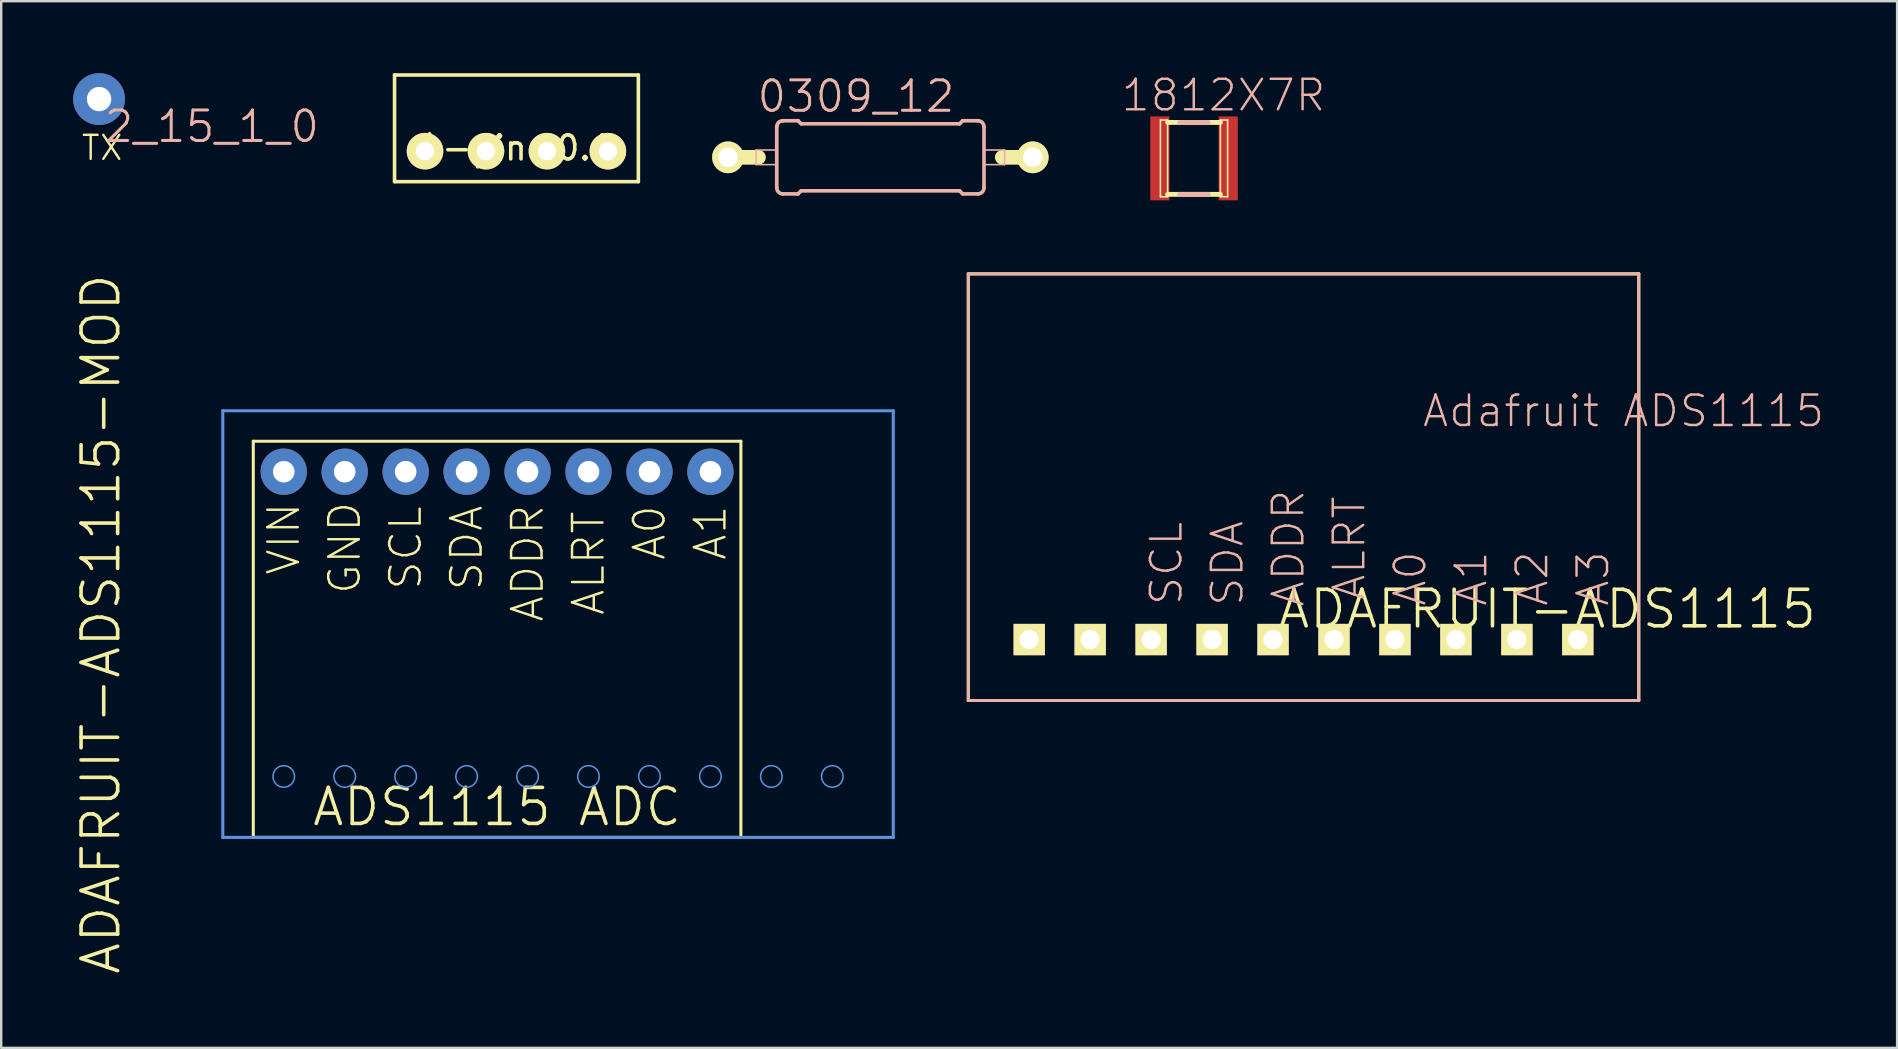
<source format=kicad_pcb>
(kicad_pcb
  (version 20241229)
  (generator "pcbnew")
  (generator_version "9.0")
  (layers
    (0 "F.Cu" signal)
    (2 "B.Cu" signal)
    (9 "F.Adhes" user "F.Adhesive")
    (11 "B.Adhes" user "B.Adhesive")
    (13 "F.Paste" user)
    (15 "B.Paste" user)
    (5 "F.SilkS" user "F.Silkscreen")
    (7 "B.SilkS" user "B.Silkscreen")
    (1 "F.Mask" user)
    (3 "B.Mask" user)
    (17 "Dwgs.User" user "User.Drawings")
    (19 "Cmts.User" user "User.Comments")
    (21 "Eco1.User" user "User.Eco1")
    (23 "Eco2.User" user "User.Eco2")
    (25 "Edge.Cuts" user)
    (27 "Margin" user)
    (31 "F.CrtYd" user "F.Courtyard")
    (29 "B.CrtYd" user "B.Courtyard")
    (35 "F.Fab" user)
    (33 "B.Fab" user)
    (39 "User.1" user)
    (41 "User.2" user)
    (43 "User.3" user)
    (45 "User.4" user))
  (footprint "2_15_1_0"
    (layer "F.Cu")
    (at 1.079 1.079)
    (property "Reference" "2_15_1_0" (at 4.699 1.143 0) (layer "B.SilkS") (effects (font (size 1.27 1.27) (thickness 0.127))))
    (attr exclude_from_pos_files exclude_from_bom)
    (fp_text user "TX" (at 0.127 2.032 180) (layer "F.SilkS") (effects (font (size 1 1) (thickness 0.1))))
    (pad "1" thru_hole circle (at 0 0) (size 2.159 2.159) (drill 1.016) (layers "*.Cu" "*.Mask")))
  (footprint "0309_12"
    (layer "F.Cu")
    (at 33.638 3.506)
    (property "Reference" "0309_12" (at -1.016 -2.54 0) (layer "B.SilkS") (effects (font (size 1.27 1.27) (thickness 0.127))))
    (attr exclude_from_pos_files exclude_from_bom)
    (fp_line (start -6.35 0) (end -5.08 0) (stroke (width 0.61) (type solid)) (layer "F.SilkS"))
    (fp_line (start 6.35 0) (end 5.08 0) (stroke (width 0.61) (type solid)) (layer "F.SilkS"))
    (fp_line (start -5.179 -0.305) (end -4.318 -0.305) (stroke (width 0.066) (type solid)) (layer "B.SilkS"))
    (fp_line (start -5.179 0.305) (end -5.179 -0.305) (stroke (width 0.066) (type solid)) (layer "B.SilkS"))
    (fp_line (start -5.179 0.305) (end -4.318 0.305) (stroke (width 0.066) (type solid)) (layer "B.SilkS"))
    (fp_line (start -4.318 0.305) (end -4.318 -0.305) (stroke (width 0.066) (type solid)) (layer "B.SilkS"))
    (fp_line (start -4.318 1.27) (end -4.318 -1.27) (stroke (width 0.152) (type solid)) (layer "B.SilkS"))
    (fp_line (start -4.064 -1.524) (end -3.429 -1.524) (stroke (width 0.152) (type solid)) (layer "B.SilkS"))
    (fp_line (start -4.064 1.524) (end -3.429 1.524) (stroke (width 0.152) (type solid)) (layer "B.SilkS"))
    (fp_line (start -3.302 -1.397) (end -3.429 -1.524) (stroke (width 0.152) (type solid)) (layer "B.SilkS"))
    (fp_line (start -3.302 1.397) (end -3.429 1.524) (stroke (width 0.152) (type solid)) (layer "B.SilkS"))
    (fp_line (start 3.302 -1.397) (end -3.302 -1.397) (stroke (width 0.152) (type solid)) (layer "B.SilkS"))
    (fp_line (start 3.302 -1.397) (end 3.429 -1.524) (stroke (width 0.152) (type solid)) (layer "B.SilkS"))
    (fp_line (start 3.302 1.397) (end -3.302 1.397) (stroke (width 0.152) (type solid)) (layer "B.SilkS"))
    (fp_line (start 3.302 1.397) (end 3.429 1.524) (stroke (width 0.152) (type solid)) (layer "B.SilkS"))
    (fp_line (start 4.064 -1.524) (end 3.429 -1.524) (stroke (width 0.152) (type solid)) (layer "B.SilkS"))
    (fp_line (start 4.064 1.524) (end 3.429 1.524) (stroke (width 0.152) (type solid)) (layer "B.SilkS"))
    (fp_line (start 4.318 -0.305) (end 5.179 -0.305) (stroke (width 0.066) (type solid)) (layer "B.SilkS"))
    (fp_line (start 4.318 0.305) (end 4.318 -0.305) (stroke (width 0.066) (type solid)) (layer "B.SilkS"))
    (fp_line (start 4.318 0.305) (end 5.179 0.305) (stroke (width 0.066) (type solid)) (layer "B.SilkS"))
    (fp_line (start 4.318 1.27) (end 4.318 -1.27) (stroke (width 0.152) (type solid)) (layer "B.SilkS"))
    (fp_line (start 5.179 0.305) (end 5.179 -0.305) (stroke (width 0.066) (type solid)) (layer "B.SilkS"))
    (fp_arc (start -4.318 -1.27) (mid -4.243605 -1.449605) (end -4.064 -1.524) (stroke (width 0.1524) (type solid)) (layer "B.SilkS"))
    (fp_arc (start -4.064 1.524) (mid -4.243605 1.449605) (end -4.318 1.27) (stroke (width 0.1524) (type solid)) (layer "B.SilkS"))
    (fp_arc (start 4.064 -1.524) (mid 4.243605 -1.449605) (end 4.318 -1.27) (stroke (width 0.1524) (type solid)) (layer "B.SilkS"))
    (fp_arc (start 4.318 1.27) (mid 4.243605 1.449605) (end 4.064 1.524) (stroke (width 0.1524) (type solid)) (layer "B.SilkS"))
    (pad "1" thru_hole circle (at -6.35 0) (size 1.321 1.321) (drill 0.813) (layers "*.Cu" "F.Mask" "F.SilkS" "F.Paste"))
    (pad "2" thru_hole circle (at 6.35 0) (size 1.321 1.321) (drill 0.813) (layers "*.Cu" "F.Mask" "F.SilkS" "F.Paste")))
  (footprint "1812X7R"
    (layer "F.Cu")
    (at 46.708 3.55)
    (property "Reference" "1812X7R" (at 1.229 -2.629 0) (layer "B.SilkS") (effects (font (size 1.27 1.27) (thickness 0.102))))
    (attr smd)
    (fp_line (start -1.4 -1.598) (end -1.1 -1.598) (stroke (width 0.066) (type solid)) (layer "F.SilkS"))
    (fp_line (start -1.4 1.598) (end -1.4 -1.598) (stroke (width 0.066) (type solid)) (layer "F.SilkS"))
    (fp_line (start -1.4 1.598) (end -1.1 1.598) (stroke (width 0.066) (type solid)) (layer "F.SilkS"))
    (fp_line (start -1.1 -1.499) (end 1.1 -1.499) (stroke (width 0.203) (type solid)) (layer "F.SilkS"))
    (fp_line (start -1.1 1.598) (end -1.1 -1.598) (stroke (width 0.066) (type solid)) (layer "F.SilkS"))
    (fp_line (start 1.1 -1.598) (end 1.4 -1.598) (stroke (width 0.066) (type solid)) (layer "F.SilkS"))
    (fp_line (start 1.1 1.499) (end -1.1 1.499) (stroke (width 0.203) (type solid)) (layer "F.SilkS"))
    (fp_line (start 1.1 1.598) (end 1.1 -1.598) (stroke (width 0.066) (type solid)) (layer "F.SilkS"))
    (fp_line (start 1.1 1.598) (end 1.4 1.598) (stroke (width 0.066) (type solid)) (layer "F.SilkS"))
    (fp_line (start 1.4 1.598) (end 1.4 -1.598) (stroke (width 0.066) (type solid)) (layer "F.SilkS"))
    (fp_line (start -0.599 -1.499) (end 0.599 -1.499) (stroke (width 0.203) (type solid)) (layer "B.SilkS"))
    (fp_line (start 0.599 1.499) (end -0.599 1.499) (stroke (width 0.203) (type solid)) (layer "B.SilkS"))
    (pad "1" smd rect (at -1.425 0) (size 0.798 3.498) (layers "F.Cu" "F.Mask" "F.Paste"))
    (pad "2" smd rect (at 1.425 0 180) (size 0.798 3.498) (layers "F.Cu" "F.Mask" "F.Paste")))
  (footprint "ADAFRUIT-ADS1115-MOD"
    (layer "F.Cu")
    (at 17.665 22.958)
    (property "Reference" "ADAFRUIT-ADS1115-MOD" (at -16.51 0 90) (layer "F.SilkS") (effects (font (size 1.524 1.524) (thickness 0.15))))
    (attr exclude_from_pos_files exclude_from_bom)
    (fp_line (start -10.16 -7.62) (end 10.16 -7.62) (stroke (width 0.127) (type solid)) (layer "F.SilkS"))
    (fp_line (start -10.16 8.89) (end -10.16 -7.62) (stroke (width 0.127) (type solid)) (layer "F.SilkS"))
    (fp_line (start 10.16 -7.62) (end 10.16 8.89) (stroke (width 0.127) (type solid)) (layer "F.SilkS"))
    (fp_line (start 10.16 8.89) (end -10.16 8.89) (stroke (width 0.127) (type solid)) (layer "F.SilkS"))
    (fp_line (start -11.43 -8.89) (end 16.51 -8.89) (stroke (width 0.127) (type solid)) (layer "Cmts.User"))
    (fp_line (start -11.43 8.89) (end -11.43 -8.89) (stroke (width 0.127) (type solid)) (layer "Cmts.User"))
    (fp_line (start 16.51 -8.89) (end 16.51 8.89) (stroke (width 0.127) (type solid)) (layer "Cmts.User"))
    (fp_line (start 16.51 8.89) (end -11.43 8.89) (stroke (width 0.127) (type solid)) (layer "Cmts.User"))
    (fp_circle (center -8.89 6.35) (end -9.207 6.668) (stroke (width 0.064) (type solid)) (fill no) (layer "Cmts.User"))
    (fp_circle (center -6.35 6.35) (end -6.668 6.668) (stroke (width 0.064) (type solid)) (fill no) (layer "Cmts.User"))
    (fp_circle (center -3.81 6.35) (end -4.128 6.668) (stroke (width 0.064) (type solid)) (fill no) (layer "Cmts.User"))
    (fp_circle (center -1.27 6.35) (end -1.587 6.668) (stroke (width 0.064) (type solid)) (fill no) (layer "Cmts.User"))
    (fp_circle (center 1.27 6.35) (end 1.587 6.668) (stroke (width 0.064) (type solid)) (fill no) (layer "Cmts.User"))
    (fp_circle (center 3.81 6.35) (end 4.128 6.668) (stroke (width 0.064) (type solid)) (fill no) (layer "Cmts.User"))
    (fp_circle (center 6.35 6.35) (end 6.668 6.668) (stroke (width 0.064) (type solid)) (fill no) (layer "Cmts.User"))
    (fp_circle (center 8.89 6.35) (end 9.207 6.668) (stroke (width 0.064) (type solid)) (fill no) (layer "Cmts.User"))
    (fp_circle (center 11.43 6.35) (end 11.748 6.668) (stroke (width 0.064) (type solid)) (fill no) (layer "Cmts.User"))
    (fp_circle (center 13.97 6.35) (end 14.287 6.668) (stroke (width 0.064) (type solid)) (fill no) (layer "Cmts.User"))
    (fp_text user "ADDR" (at 1.27 -2.54 90) (layer "F.SilkS") (effects (font (size 1.27 1.27) (thickness 0.102))))
    (fp_text user "A1" (at 8.89 -3.81 90) (layer "F.SilkS") (effects (font (size 1.27 1.27) (thickness 0.102))))
    (fp_text user "VIN" (at -8.89 -3.556 90) (layer "F.SilkS") (effects (font (size 1.27 1.27) (thickness 0.102))))
    (fp_text user "GND" (at -6.35 -3.175 90) (layer "F.SilkS") (effects (font (size 1.27 1.27) (thickness 0.102))))
    (fp_text user "SDA" (at -1.27 -3.175 90) (layer "F.SilkS") (effects (font (size 1.27 1.27) (thickness 0.102))))
    (fp_text user "ADS1115 ADC" (at 0 7.62 0) (layer "F.SilkS") (effects (font (size 1.5 1.5) (thickness 0.15))))
    (fp_text user "SCL" (at -3.81 -3.175 90) (layer "F.SilkS") (effects (font (size 1.27 1.27) (thickness 0.102))))
    (fp_text user "A0" (at 6.35 -3.81 90) (layer "F.SilkS") (effects (font (size 1.27 1.27) (thickness 0.102))))
    (fp_text user "ALRT" (at 3.81 -2.54 90) (layer "F.SilkS") (effects (font (size 1.27 1.27) (thickness 0.102))))
    (pad "P$A0" thru_hole circle (at 6.35 -6.35) (size 1.93 1.93) (drill 0.9) (layers "*.Cu" "*.Mask"))
    (pad "P$A1" thru_hole circle (at 8.89 -6.35) (size 1.93 1.93) (drill 0.9) (layers "*.Cu" "*.Mask"))
    (pad "P$AD" thru_hole circle (at 1.27 -6.35) (size 1.93 1.93) (drill 0.9) (layers "*.Cu" "*.Mask"))
    (pad "P$AL" thru_hole circle (at 3.81 -6.35) (size 1.93 1.93) (drill 0.9) (layers "*.Cu" "*.Mask"))
    (pad "P$GN" thru_hole circle (at -6.35 -6.35) (size 1.93 1.93) (drill 0.9) (layers "*.Cu" "*.Mask"))
    (pad "P$SC" thru_hole circle (at -3.81 -6.35) (size 1.93 1.93) (drill 0.9) (layers "*.Cu" "*.Mask"))
    (pad "P$SD" thru_hole circle (at -1.27 -6.35) (size 1.93 1.93) (drill 0.9) (layers "*.Cu" "*.Mask"))
    (pad "P$VD" thru_hole circle (at -8.89 -6.35) (size 1.93 1.93) (drill 0.9) (layers "*.Cu" "*.Mask")))
  (footprint "ADAFRUIT-ADS1115"
    (layer "F.Cu")
    (at 61.432 22.332)
    (property "Reference" "ADAFRUIT-ADS1115" (at 0 0 0) (layer "F.SilkS") (effects (font (size 1.524 1.524) (thickness 0.15))))
    (attr exclude_from_pos_files exclude_from_bom)
    (fp_line (start -24.13 -13.97) (end 3.81 -13.97) (stroke (width 0.127) (type solid)) (layer "F.SilkS"))
    (fp_line (start -24.13 3.81) (end -24.13 -13.97) (stroke (width 0.127) (type solid)) (layer "F.SilkS"))
    (fp_line (start 3.81 -13.97) (end 3.81 3.81) (stroke (width 0.127) (type solid)) (layer "F.SilkS"))
    (fp_line (start 3.81 3.81) (end -24.13 3.81) (stroke (width 0.127) (type solid)) (layer "F.SilkS"))
    (fp_line (start -24.13 -13.97) (end 3.81 -13.97) (stroke (width 0.127) (type solid)) (layer "B.SilkS"))
    (fp_line (start -24.13 3.81) (end -24.13 -13.97) (stroke (width 0.127) (type solid)) (layer "B.SilkS"))
    (fp_line (start 3.81 -13.97) (end 3.81 3.81) (stroke (width 0.127) (type solid)) (layer "B.SilkS"))
    (fp_line (start 3.81 3.81) (end -24.13 3.81) (stroke (width 0.127) (type solid)) (layer "B.SilkS"))
    (fp_text user "A0" (at -5.715 -1.27 90) (layer "B.SilkS") (effects (font (size 1.27 1.27) (thickness 0.102))))
    (fp_text user "SDA" (at -13.335 -1.905 90) (layer "B.SilkS") (effects (font (size 1.27 1.27) (thickness 0.102))))
    (fp_text user "A3" (at 1.905 -1.27 90) (layer "B.SilkS") (effects (font (size 1.27 1.27) (thickness 0.102))))
    (fp_text user "A1" (at -3.175 -1.27 90) (layer "B.SilkS") (effects (font (size 1.27 1.27) (thickness 0.102))))
    (fp_text user "ALRT" (at -8.255 -2.54 90) (layer "B.SilkS") (effects (font (size 1.27 1.27) (thickness 0.102))))
    (fp_text user "A2" (at -0.635 -1.27 90) (layer "B.SilkS") (effects (font (size 1.27 1.27) (thickness 0.102))))
    (fp_text user "Adafruit ADS1115\n" (at 3.175 -8.255 0) (layer "B.SilkS") (effects (font (size 1.27 1.27) (thickness 0.102))))
    (fp_text user "SCL" (at -15.875 -1.905 90) (layer "B.SilkS") (effects (font (size 1.27 1.27) (thickness 0.102))))
    (fp_text user "ADDR" (at -10.795 -2.54 90) (layer "B.SilkS") (effects (font (size 1.27 1.27) (thickness 0.102))))
    (pad "A0" thru_hole rect (at -6.35 1.27) (size 1.306 1.306) (drill 0.798) (layers "*.Cu" "F.Mask" "F.SilkS" "F.Paste"))
    (pad "A1" thru_hole rect (at -3.81 1.27) (size 1.306 1.306) (drill 0.798) (layers "*.Cu" "F.Mask" "F.SilkS" "F.Paste"))
    (pad "A2" thru_hole rect (at -1.27 1.27) (size 1.306 1.306) (drill 0.798) (layers "*.Cu" "F.Mask" "F.SilkS" "F.Paste"))
    (pad "A3" thru_hole rect (at 1.27 1.27) (size 1.306 1.306) (drill 0.798) (layers "*.Cu" "F.Mask" "F.SilkS" "F.Paste"))
    (pad "ADDR" thru_hole rect (at -11.43 1.27) (size 1.306 1.306) (drill 0.798) (layers "*.Cu" "F.Mask" "F.SilkS" "F.Paste"))
    (pad "ALRT" thru_hole rect (at -8.89 1.27) (size 1.306 1.306) (drill 0.798) (layers "*.Cu" "F.Mask" "F.SilkS" "F.Paste"))
    (pad "GND" thru_hole rect (at -19.05 1.27) (size 1.306 1.306) (drill 0.798) (layers "*.Cu" "F.Mask" "F.SilkS" "F.Paste"))
    (pad "SCL" thru_hole rect (at -16.51 1.27) (size 1.306 1.306) (drill 0.798) (layers "*.Cu" "F.Mask" "F.SilkS" "F.Paste"))
    (pad "SDA" thru_hole rect (at -13.97 1.27) (size 1.306 1.306) (drill 0.798) (layers "*.Cu" "F.Mask" "F.SilkS" "F.Paste"))
    (pad "VDD" thru_hole rect (at -21.59 1.27) (size 1.306 1.306) (drill 0.798) (layers "*.Cu" "F.Mask" "F.SilkS" "F.Paste")))
  (footprint "4-pin-0.1"
    (layer "F.Cu")
    (at 18.472 3.25)
    (property "Reference" "4-pin-0.1" (at 0 -0.135 0) (layer "F.SilkS") (effects (font (size 1 1) (thickness 0.15))))
    (attr through_hole)
    (fp_line (start -5.08 -3.175) (end 5.08 -3.175) (stroke (width 0.15) (type solid)) (layer "F.SilkS"))
    (fp_line (start -5.08 1.27) (end -5.08 -3.175) (stroke (width 0.15) (type solid)) (layer "F.SilkS"))
    (fp_line (start 5.08 -3.175) (end 5.08 1.27) (stroke (width 0.15) (type solid)) (layer "F.SilkS"))
    (fp_line (start 5.08 1.27) (end -5.08 1.27) (stroke (width 0.15) (type solid)) (layer "F.SilkS"))
    (pad "1" thru_hole circle (at -3.81 0) (size 1.524 1.524) (drill 0.762) (layers "*.Cu" "*.Mask" "F.SilkS"))
    (pad "2" thru_hole circle (at -1.27 0) (size 1.524 1.524) (drill 0.762) (layers "*.Cu" "*.Mask" "F.SilkS"))
    (pad "3" thru_hole circle (at 1.27 0) (size 1.524 1.524) (drill 0.762) (layers "*.Cu" "*.Mask" "F.SilkS"))
    (pad "4" thru_hole circle (at 3.81 0) (size 1.524 1.524) (drill 0.762) (layers "*.Cu" "*.Mask" "F.SilkS")))
  (gr_rect
    (start -3 -3)
    (end 76.008 40.618)
    (stroke (width 0.1) (type default))
    (fill no)
    (layer "Edge.Cuts")))
</source>
